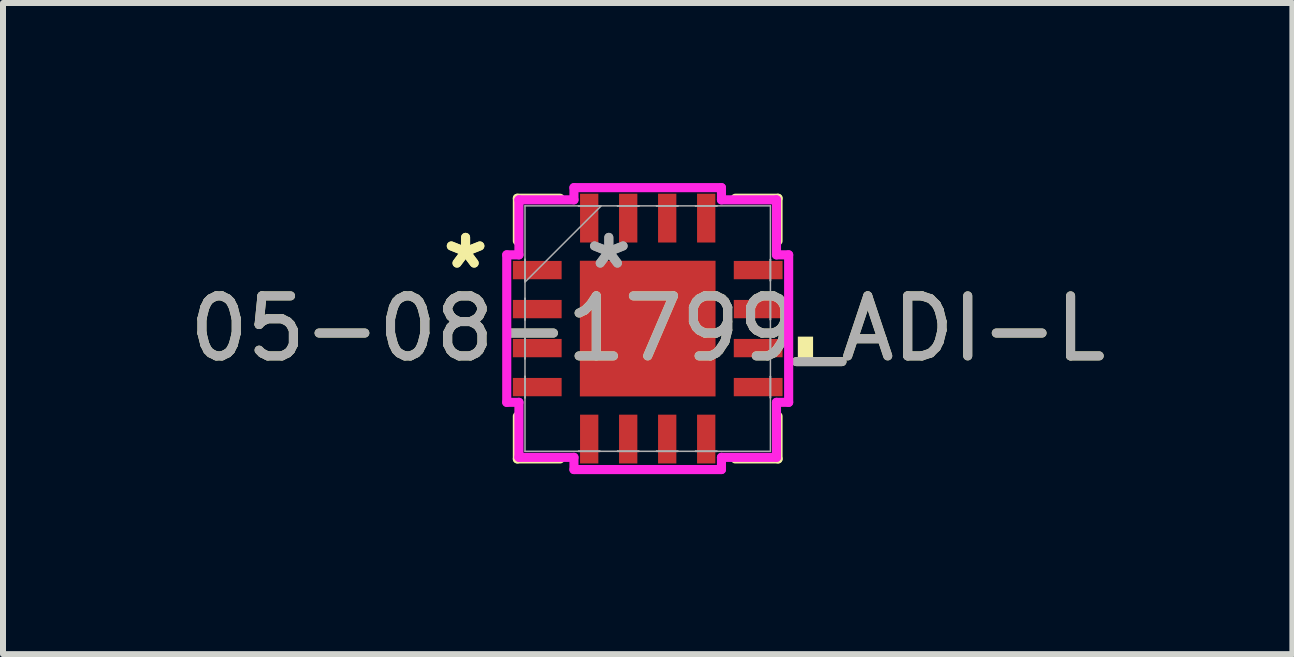
<source format=kicad_pcb>
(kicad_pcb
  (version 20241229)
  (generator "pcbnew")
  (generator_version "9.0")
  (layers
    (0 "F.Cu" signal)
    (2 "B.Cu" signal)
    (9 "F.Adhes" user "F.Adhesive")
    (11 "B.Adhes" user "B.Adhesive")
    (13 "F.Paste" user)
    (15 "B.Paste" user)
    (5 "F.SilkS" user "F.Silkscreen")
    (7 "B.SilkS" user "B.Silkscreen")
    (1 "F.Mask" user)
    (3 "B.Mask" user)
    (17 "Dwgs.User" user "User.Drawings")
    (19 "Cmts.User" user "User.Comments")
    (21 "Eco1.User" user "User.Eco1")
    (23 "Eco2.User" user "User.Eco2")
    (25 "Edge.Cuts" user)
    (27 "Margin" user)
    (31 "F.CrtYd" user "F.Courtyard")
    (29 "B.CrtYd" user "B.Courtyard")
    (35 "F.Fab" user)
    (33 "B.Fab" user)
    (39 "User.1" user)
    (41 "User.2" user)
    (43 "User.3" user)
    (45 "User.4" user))
  (footprint "05-08-1799_ADI-L"
    (layer "F.Cu")
    (at 7.744 2.426)
    (property "Reference" "05-08-1799_ADI-L" (at 0 0 0) (unlocked yes) (layer "F.SilkS") (effects (font (size 1 1) (thickness 0.15))))
    (attr smd)
    (fp_line (start -2.172 -2.172) (end -2.172 -1.46) (stroke (width 0.152) (type solid)) (layer "F.SilkS"))
    (fp_line (start -2.172 1.46) (end -2.172 2.172) (stroke (width 0.152) (type solid)) (layer "F.SilkS"))
    (fp_line (start -2.172 2.172) (end -1.46 2.172) (stroke (width 0.152) (type solid)) (layer "F.SilkS"))
    (fp_line (start -1.46 -2.172) (end -2.172 -2.172) (stroke (width 0.152) (type solid)) (layer "F.SilkS"))
    (fp_line (start 1.46 2.172) (end 2.172 2.172) (stroke (width 0.152) (type solid)) (layer "F.SilkS"))
    (fp_line (start 2.172 -2.172) (end 1.46 -2.172) (stroke (width 0.152) (type solid)) (layer "F.SilkS"))
    (fp_line (start 2.172 -1.46) (end 2.172 -2.172) (stroke (width 0.152) (type solid)) (layer "F.SilkS"))
    (fp_line (start 2.172 2.172) (end 2.172 1.46) (stroke (width 0.152) (type solid)) (layer "F.SilkS"))
    (fp_poly (pts (xy 2.756 0.134) (xy 2.756 0.515) (xy 2.502 0.515) (xy 2.502 0.134)) (stroke (width 0) (type solid)) (fill yes) (layer "F.SilkS"))
    (fp_line (start -2.349 -1.229) (end -2.146 -1.229) (stroke (width 0.152) (type solid)) (layer "F.CrtYd"))
    (fp_line (start -2.349 1.229) (end -2.349 -1.229) (stroke (width 0.152) (type solid)) (layer "F.CrtYd"))
    (fp_line (start -2.146 -2.146) (end -1.229 -2.146) (stroke (width 0.152) (type solid)) (layer "F.CrtYd"))
    (fp_line (start -2.146 -1.229) (end -2.146 -2.146) (stroke (width 0.152) (type solid)) (layer "F.CrtYd"))
    (fp_line (start -2.146 1.229) (end -2.349 1.229) (stroke (width 0.152) (type solid)) (layer "F.CrtYd"))
    (fp_line (start -2.146 2.146) (end -2.146 1.229) (stroke (width 0.152) (type solid)) (layer "F.CrtYd"))
    (fp_line (start -1.229 -2.349) (end 1.229 -2.349) (stroke (width 0.152) (type solid)) (layer "F.CrtYd"))
    (fp_line (start -1.229 -2.146) (end -1.229 -2.349) (stroke (width 0.152) (type solid)) (layer "F.CrtYd"))
    (fp_line (start -1.229 2.146) (end -2.146 2.146) (stroke (width 0.152) (type solid)) (layer "F.CrtYd"))
    (fp_line (start -1.229 2.349) (end -1.229 2.146) (stroke (width 0.152) (type solid)) (layer "F.CrtYd"))
    (fp_line (start 1.229 -2.349) (end 1.229 -2.146) (stroke (width 0.152) (type solid)) (layer "F.CrtYd"))
    (fp_line (start 1.229 -2.146) (end 2.146 -2.146) (stroke (width 0.152) (type solid)) (layer "F.CrtYd"))
    (fp_line (start 1.229 2.146) (end 1.229 2.349) (stroke (width 0.152) (type solid)) (layer "F.CrtYd"))
    (fp_line (start 1.229 2.349) (end -1.229 2.349) (stroke (width 0.152) (type solid)) (layer "F.CrtYd"))
    (fp_line (start 2.146 -2.146) (end 2.146 -1.229) (stroke (width 0.152) (type solid)) (layer "F.CrtYd"))
    (fp_line (start 2.146 -1.229) (end 2.349 -1.229) (stroke (width 0.152) (type solid)) (layer "F.CrtYd"))
    (fp_line (start 2.146 1.229) (end 2.146 2.146) (stroke (width 0.152) (type solid)) (layer "F.CrtYd"))
    (fp_line (start 2.146 2.146) (end 1.229 2.146) (stroke (width 0.152) (type solid)) (layer "F.CrtYd"))
    (fp_line (start 2.349 -1.229) (end 2.349 1.229) (stroke (width 0.152) (type solid)) (layer "F.CrtYd"))
    (fp_line (start 2.349 1.229) (end 2.146 1.229) (stroke (width 0.152) (type solid)) (layer "F.CrtYd"))
    (fp_line (start -2.045 -2.045) (end -2.045 2.045) (stroke (width 0.025) (type solid)) (layer "F.Fab"))
    (fp_line (start -2.045 -1.153) (end -2.045 -1.153) (stroke (width 0.025) (type solid)) (layer "F.Fab"))
    (fp_line (start -2.045 -1.153) (end -2.045 -0.797) (stroke (width 0.025) (type solid)) (layer "F.Fab"))
    (fp_line (start -2.045 -0.797) (end -2.045 -1.153) (stroke (width 0.025) (type solid)) (layer "F.Fab"))
    (fp_line (start -2.045 -0.797) (end -2.045 -0.797) (stroke (width 0.025) (type solid)) (layer "F.Fab"))
    (fp_line (start -2.045 -0.775) (end -0.775 -2.045) (stroke (width 0.025) (type solid)) (layer "F.Fab"))
    (fp_line (start -2.045 -0.503) (end -2.045 -0.503) (stroke (width 0.025) (type solid)) (layer "F.Fab"))
    (fp_line (start -2.045 -0.503) (end -2.045 -0.147) (stroke (width 0.025) (type solid)) (layer "F.Fab"))
    (fp_line (start -2.045 -0.147) (end -2.045 -0.503) (stroke (width 0.025) (type solid)) (layer "F.Fab"))
    (fp_line (start -2.045 -0.147) (end -2.045 -0.147) (stroke (width 0.025) (type solid)) (layer "F.Fab"))
    (fp_line (start -2.045 0.147) (end -2.045 0.147) (stroke (width 0.025) (type solid)) (layer "F.Fab"))
    (fp_line (start -2.045 0.147) (end -2.045 0.503) (stroke (width 0.025) (type solid)) (layer "F.Fab"))
    (fp_line (start -2.045 0.503) (end -2.045 0.147) (stroke (width 0.025) (type solid)) (layer "F.Fab"))
    (fp_line (start -2.045 0.503) (end -2.045 0.503) (stroke (width 0.025) (type solid)) (layer "F.Fab"))
    (fp_line (start -2.045 0.797) (end -2.045 0.797) (stroke (width 0.025) (type solid)) (layer "F.Fab"))
    (fp_line (start -2.045 0.797) (end -2.045 1.153) (stroke (width 0.025) (type solid)) (layer "F.Fab"))
    (fp_line (start -2.045 1.153) (end -2.045 0.797) (stroke (width 0.025) (type solid)) (layer "F.Fab"))
    (fp_line (start -2.045 1.153) (end -2.045 1.153) (stroke (width 0.025) (type solid)) (layer "F.Fab"))
    (fp_line (start -2.045 2.045) (end 2.045 2.045) (stroke (width 0.025) (type solid)) (layer "F.Fab"))
    (fp_line (start -1.153 -2.045) (end -1.153 -2.045) (stroke (width 0.025) (type solid)) (layer "F.Fab"))
    (fp_line (start -1.153 -2.045) (end -0.797 -2.045) (stroke (width 0.025) (type solid)) (layer "F.Fab"))
    (fp_line (start -1.153 2.045) (end -1.153 2.045) (stroke (width 0.025) (type solid)) (layer "F.Fab"))
    (fp_line (start -1.153 2.045) (end -0.797 2.045) (stroke (width 0.025) (type solid)) (layer "F.Fab"))
    (fp_line (start -0.797 -2.045) (end -1.153 -2.045) (stroke (width 0.025) (type solid)) (layer "F.Fab"))
    (fp_line (start -0.797 -2.045) (end -0.797 -2.045) (stroke (width 0.025) (type solid)) (layer "F.Fab"))
    (fp_line (start -0.797 2.045) (end -1.153 2.045) (stroke (width 0.025) (type solid)) (layer "F.Fab"))
    (fp_line (start -0.797 2.045) (end -0.797 2.045) (stroke (width 0.025) (type solid)) (layer "F.Fab"))
    (fp_line (start -0.503 -2.045) (end -0.503 -2.045) (stroke (width 0.025) (type solid)) (layer "F.Fab"))
    (fp_line (start -0.503 -2.045) (end -0.147 -2.045) (stroke (width 0.025) (type solid)) (layer "F.Fab"))
    (fp_line (start -0.503 2.045) (end -0.503 2.045) (stroke (width 0.025) (type solid)) (layer "F.Fab"))
    (fp_line (start -0.503 2.045) (end -0.147 2.045) (stroke (width 0.025) (type solid)) (layer "F.Fab"))
    (fp_line (start -0.147 -2.045) (end -0.503 -2.045) (stroke (width 0.025) (type solid)) (layer "F.Fab"))
    (fp_line (start -0.147 -2.045) (end -0.147 -2.045) (stroke (width 0.025) (type solid)) (layer "F.Fab"))
    (fp_line (start -0.147 2.045) (end -0.503 2.045) (stroke (width 0.025) (type solid)) (layer "F.Fab"))
    (fp_line (start -0.147 2.045) (end -0.147 2.045) (stroke (width 0.025) (type solid)) (layer "F.Fab"))
    (fp_line (start 0.147 -2.045) (end 0.147 -2.045) (stroke (width 0.025) (type solid)) (layer "F.Fab"))
    (fp_line (start 0.147 -2.045) (end 0.503 -2.045) (stroke (width 0.025) (type solid)) (layer "F.Fab"))
    (fp_line (start 0.147 2.045) (end 0.147 2.045) (stroke (width 0.025) (type solid)) (layer "F.Fab"))
    (fp_line (start 0.147 2.045) (end 0.503 2.045) (stroke (width 0.025) (type solid)) (layer "F.Fab"))
    (fp_line (start 0.503 -2.045) (end 0.147 -2.045) (stroke (width 0.025) (type solid)) (layer "F.Fab"))
    (fp_line (start 0.503 -2.045) (end 0.503 -2.045) (stroke (width 0.025) (type solid)) (layer "F.Fab"))
    (fp_line (start 0.503 2.045) (end 0.147 2.045) (stroke (width 0.025) (type solid)) (layer "F.Fab"))
    (fp_line (start 0.503 2.045) (end 0.503 2.045) (stroke (width 0.025) (type solid)) (layer "F.Fab"))
    (fp_line (start 0.797 -2.045) (end 0.797 -2.045) (stroke (width 0.025) (type solid)) (layer "F.Fab"))
    (fp_line (start 0.797 -2.045) (end 1.153 -2.045) (stroke (width 0.025) (type solid)) (layer "F.Fab"))
    (fp_line (start 0.797 2.045) (end 0.797 2.045) (stroke (width 0.025) (type solid)) (layer "F.Fab"))
    (fp_line (start 0.797 2.045) (end 1.153 2.045) (stroke (width 0.025) (type solid)) (layer "F.Fab"))
    (fp_line (start 1.153 -2.045) (end 0.797 -2.045) (stroke (width 0.025) (type solid)) (layer "F.Fab"))
    (fp_line (start 1.153 -2.045) (end 1.153 -2.045) (stroke (width 0.025) (type solid)) (layer "F.Fab"))
    (fp_line (start 1.153 2.045) (end 0.797 2.045) (stroke (width 0.025) (type solid)) (layer "F.Fab"))
    (fp_line (start 1.153 2.045) (end 1.153 2.045) (stroke (width 0.025) (type solid)) (layer "F.Fab"))
    (fp_line (start 2.045 -2.045) (end -2.045 -2.045) (stroke (width 0.025) (type solid)) (layer "F.Fab"))
    (fp_line (start 2.045 -1.153) (end 2.045 -1.153) (stroke (width 0.025) (type solid)) (layer "F.Fab"))
    (fp_line (start 2.045 -1.153) (end 2.045 -0.797) (stroke (width 0.025) (type solid)) (layer "F.Fab"))
    (fp_line (start 2.045 -0.797) (end 2.045 -1.153) (stroke (width 0.025) (type solid)) (layer "F.Fab"))
    (fp_line (start 2.045 -0.797) (end 2.045 -0.797) (stroke (width 0.025) (type solid)) (layer "F.Fab"))
    (fp_line (start 2.045 -0.503) (end 2.045 -0.503) (stroke (width 0.025) (type solid)) (layer "F.Fab"))
    (fp_line (start 2.045 -0.503) (end 2.045 -0.147) (stroke (width 0.025) (type solid)) (layer "F.Fab"))
    (fp_line (start 2.045 -0.147) (end 2.045 -0.503) (stroke (width 0.025) (type solid)) (layer "F.Fab"))
    (fp_line (start 2.045 -0.147) (end 2.045 -0.147) (stroke (width 0.025) (type solid)) (layer "F.Fab"))
    (fp_line (start 2.045 0.147) (end 2.045 0.147) (stroke (width 0.025) (type solid)) (layer "F.Fab"))
    (fp_line (start 2.045 0.147) (end 2.045 0.503) (stroke (width 0.025) (type solid)) (layer "F.Fab"))
    (fp_line (start 2.045 0.503) (end 2.045 0.147) (stroke (width 0.025) (type solid)) (layer "F.Fab"))
    (fp_line (start 2.045 0.503) (end 2.045 0.503) (stroke (width 0.025) (type solid)) (layer "F.Fab"))
    (fp_line (start 2.045 0.797) (end 2.045 0.797) (stroke (width 0.025) (type solid)) (layer "F.Fab"))
    (fp_line (start 2.045 0.797) (end 2.045 1.153) (stroke (width 0.025) (type solid)) (layer "F.Fab"))
    (fp_line (start 2.045 1.153) (end 2.045 0.797) (stroke (width 0.025) (type solid)) (layer "F.Fab"))
    (fp_line (start 2.045 1.153) (end 2.045 1.153) (stroke (width 0.025) (type solid)) (layer "F.Fab"))
    (fp_line (start 2.045 2.045) (end 2.045 -2.045) (stroke (width 0.025) (type solid)) (layer "F.Fab"))
    (fp_text user "*" (at -3.035 -0.975 0) (unlocked yes) (layer "F.SilkS") (effects (font (size 1 1) (thickness 0.15))))
    (fp_text user "*" (at -3.035 -0.975 0) (layer "F.SilkS") (effects (font (size 1 1) (thickness 0.15))))
    (fp_text user "${REFERENCE}" (at 0 0 0) (unlocked yes) (layer "F.Fab") (effects (font (size 1 1) (thickness 0.15))))
    (fp_text user "*" (at -0.648 -0.975 0) (layer "F.Fab") (effects (font (size 1 1) (thickness 0.15))))
    (fp_text user "*" (at -0.648 -0.975 0) (unlocked yes) (layer "F.Fab") (effects (font (size 1 1) (thickness 0.15))))
    (pad "1" smd rect (at -1.841 -0.975 90) (size 0.305 0.813) (layers "F.Cu" "F.Mask" "F.Paste"))
    (pad "2" smd rect (at -1.841 -0.325 90) (size 0.305 0.813) (layers "F.Cu" "F.Mask" "F.Paste"))
    (pad "3" smd rect (at -1.841 0.325 90) (size 0.305 0.813) (layers "F.Cu" "F.Mask" "F.Paste"))
    (pad "4" smd rect (at -1.841 0.975 90) (size 0.305 0.813) (layers "F.Cu" "F.Mask" "F.Paste"))
    (pad "5" smd rect (at -0.975 1.841) (size 0.305 0.813) (layers "F.Cu" "F.Mask" "F.Paste"))
    (pad "6" smd rect (at -0.325 1.841) (size 0.305 0.813) (layers "F.Cu" "F.Mask" "F.Paste"))
    (pad "7" smd rect (at 0.325 1.841) (size 0.305 0.813) (layers "F.Cu" "F.Mask" "F.Paste"))
    (pad "8" smd rect (at 0.975 1.841) (size 0.305 0.813) (layers "F.Cu" "F.Mask" "F.Paste"))
    (pad "9" smd rect (at 1.841 0.975 90) (size 0.305 0.813) (layers "F.Cu" "F.Mask" "F.Paste"))
    (pad "10" smd rect (at 1.841 0.325 90) (size 0.305 0.813) (layers "F.Cu" "F.Mask" "F.Paste"))
    (pad "11" smd rect (at 1.841 -0.325 90) (size 0.305 0.813) (layers "F.Cu" "F.Mask" "F.Paste"))
    (pad "12" smd rect (at 1.841 -0.975 90) (size 0.305 0.813) (layers "F.Cu" "F.Mask" "F.Paste"))
    (pad "13" smd rect (at 0.975 -1.841) (size 0.305 0.813) (layers "F.Cu" "F.Mask" "F.Paste"))
    (pad "14" smd rect (at 0.325 -1.841) (size 0.305 0.813) (layers "F.Cu" "F.Mask" "F.Paste"))
    (pad "15" smd rect (at -0.325 -1.841) (size 0.305 0.813) (layers "F.Cu" "F.Mask" "F.Paste"))
    (pad "16" smd rect (at -0.975 -1.841) (size 0.305 0.813) (layers "F.Cu" "F.Mask" "F.Paste"))
    (pad "17" smd rect (at 0 0) (size 2.261 2.261) (layers "F.Cu" "F.Mask" "F.Paste")))
  (gr_rect
    (start -3 -3)
    (end 18.488 7.851)
    (stroke (width 0.1) (type default))
    (fill no)
    (layer "Edge.Cuts")))
</source>
